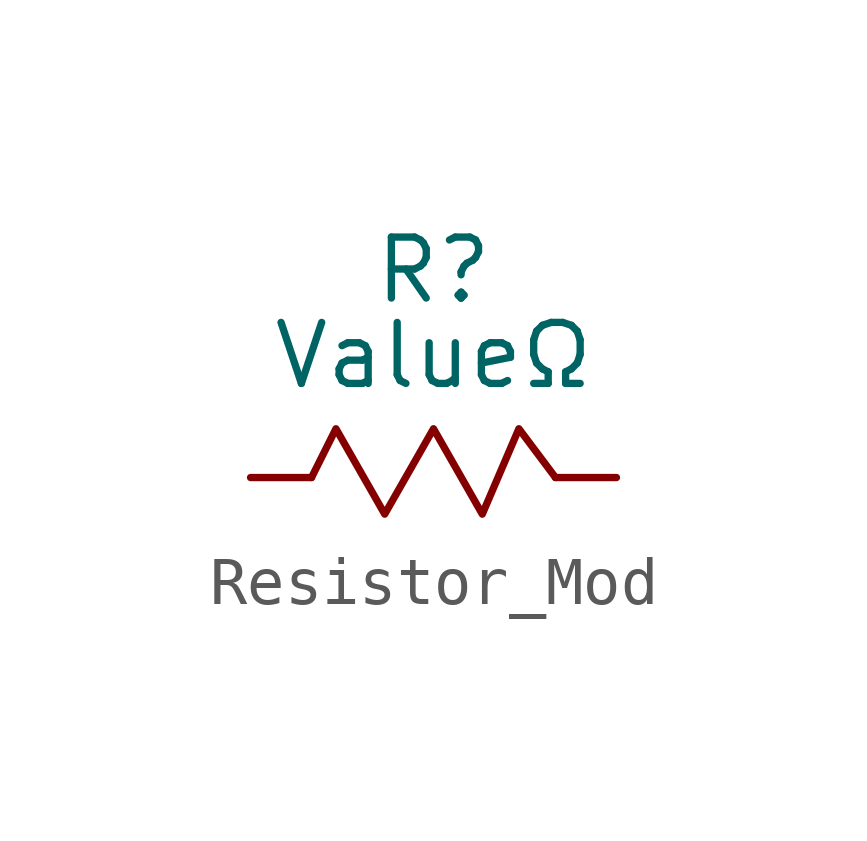
<source format=kicad_sym>
(kicad_symbol_lib
  (version 20231120)
  (generator "kicad_symbol_editor")
  (generator_version "8.0")
  (symbol "Resistor_Mod"
    (pin_numbers hide)
    (pin_names
      (offset 0) hide)
    (property "Reference" "R"
      (at 0 4.318 0)
      (effects (font (size 1.27 1.27))))
    (property "Value" "ValueΩ"
      (at 0 2.54 0)
      (effects (font (size 1.27 1.27))))
    (symbol "Resistor_Mod_0_1"
      (polyline (pts (xy -2.54 0) (xy -2.032 1.016) (xy -1.016 -0.762) (xy 0 1.016) (xy 1.016 -0.762) (xy 1.778 1.016) (xy 2.54 0)) (stroke (width 0) (type default)) (fill (type none))))
    (symbol "Resistor_Mod_1_1"
      (pin passive line (at -3.81 0 0) (length 1.27) (name "1" (effects (font (size 1.27 1.27)))) (number "1" (effects (font (size 1.27 1.27)))))
      (pin passive line (at 3.81 0 180) (length 1.27) (name "2" (effects (font (size 1.27 1.27)))) (number "2" (effects (font (size 1.27 1.27))))))))
</source>
